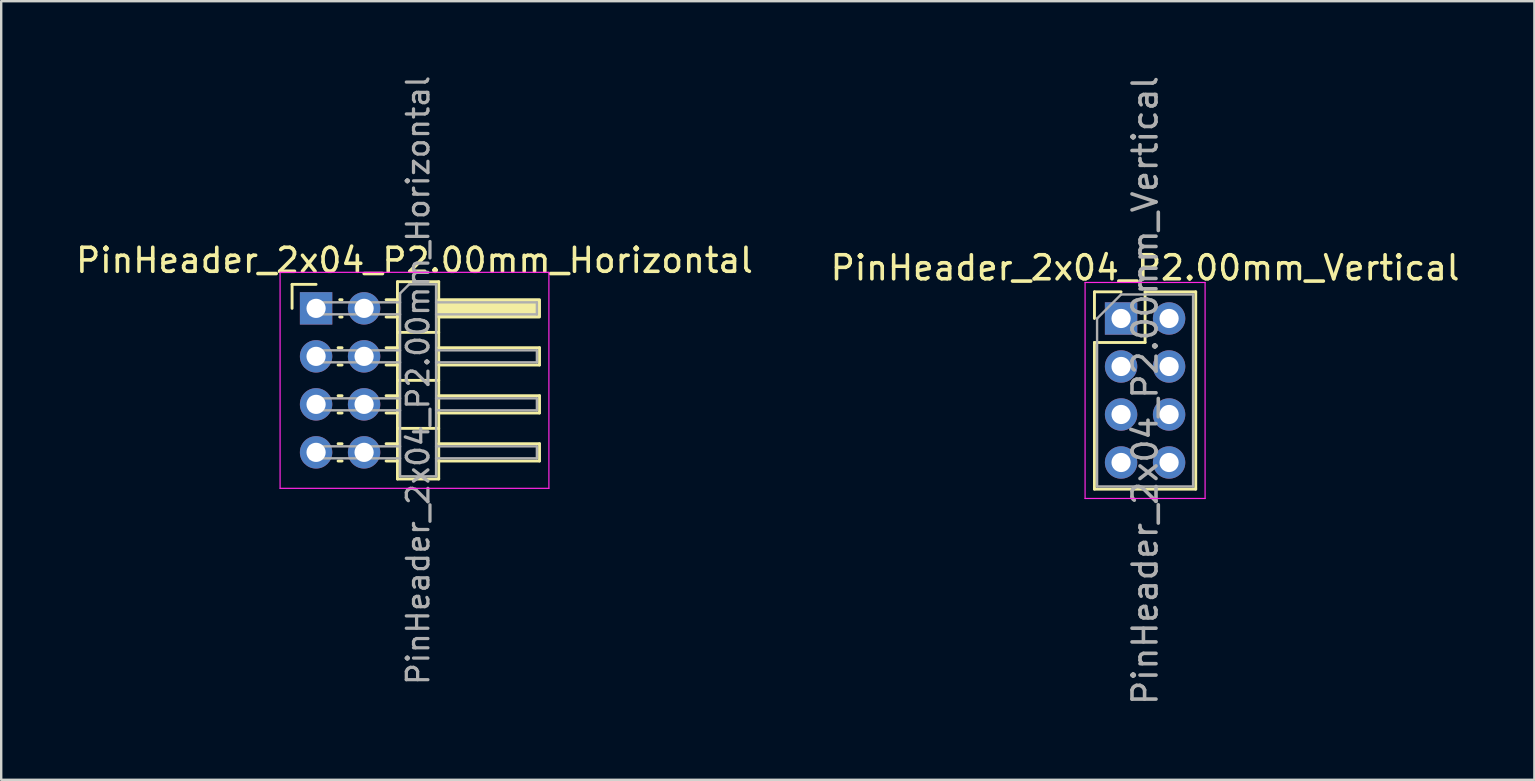
<source format=kicad_pcb>
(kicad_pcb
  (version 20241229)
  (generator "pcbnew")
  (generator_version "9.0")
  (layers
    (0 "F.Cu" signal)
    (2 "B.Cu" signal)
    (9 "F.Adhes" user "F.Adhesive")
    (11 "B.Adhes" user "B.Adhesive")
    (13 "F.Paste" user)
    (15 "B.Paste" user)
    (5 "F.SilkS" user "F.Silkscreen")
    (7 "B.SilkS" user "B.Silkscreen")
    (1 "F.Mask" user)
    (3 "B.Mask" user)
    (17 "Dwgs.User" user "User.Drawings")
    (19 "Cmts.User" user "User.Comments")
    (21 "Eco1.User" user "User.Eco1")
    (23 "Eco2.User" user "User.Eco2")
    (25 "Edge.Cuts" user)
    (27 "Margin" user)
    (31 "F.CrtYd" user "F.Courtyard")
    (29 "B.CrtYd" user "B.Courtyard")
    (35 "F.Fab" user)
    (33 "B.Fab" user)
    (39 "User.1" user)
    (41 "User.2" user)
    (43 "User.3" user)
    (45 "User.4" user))
  (footprint "PinHeader_2x04_P2.00mm_Vertical"
    (layer "F.Cu")
    (at 43.661 10.22)
    (property "Reference" "PinHeader_2x04_P2.00mm_Vertical" (at 1 -2.11 0) (layer "F.SilkS") (effects (font (size 1 1) (thickness 0.15))))
    (attr through_hole)
    (fp_line (start -1.11 -1.11) (end 0 -1.11) (stroke (width 0.12) (type solid)) (layer "F.SilkS"))
    (fp_line (start -1.11 0) (end -1.11 -1.11) (stroke (width 0.12) (type solid)) (layer "F.SilkS"))
    (fp_line (start -1.11 1) (end -1.11 7.11) (stroke (width 0.12) (type solid)) (layer "F.SilkS"))
    (fp_line (start -1.11 1) (end 1 1) (stroke (width 0.12) (type solid)) (layer "F.SilkS"))
    (fp_line (start -1.11 7.11) (end 3.11 7.11) (stroke (width 0.12) (type solid)) (layer "F.SilkS"))
    (fp_line (start 1 -1.11) (end 3.11 -1.11) (stroke (width 0.12) (type solid)) (layer "F.SilkS"))
    (fp_line (start 1 1) (end 1 -1.11) (stroke (width 0.12) (type solid)) (layer "F.SilkS"))
    (fp_line (start 3.11 -1.11) (end 3.11 7.11) (stroke (width 0.12) (type solid)) (layer "F.SilkS"))
    (fp_line (start -1.5 -1.5) (end -1.5 7.5) (stroke (width 0.05) (type solid)) (layer "F.CrtYd"))
    (fp_line (start -1.5 7.5) (end 3.5 7.5) (stroke (width 0.05) (type solid)) (layer "F.CrtYd"))
    (fp_line (start 3.5 -1.5) (end -1.5 -1.5) (stroke (width 0.05) (type solid)) (layer "F.CrtYd"))
    (fp_line (start 3.5 7.5) (end 3.5 -1.5) (stroke (width 0.05) (type solid)) (layer "F.CrtYd"))
    (fp_line (start -1 0) (end 0 -1) (stroke (width 0.1) (type solid)) (layer "F.Fab"))
    (fp_line (start -1 7) (end -1 0) (stroke (width 0.1) (type solid)) (layer "F.Fab"))
    (fp_line (start 0 -1) (end 3 -1) (stroke (width 0.1) (type solid)) (layer "F.Fab"))
    (fp_line (start 3 -1) (end 3 7) (stroke (width 0.1) (type solid)) (layer "F.Fab"))
    (fp_line (start 3 7) (end -1 7) (stroke (width 0.1) (type solid)) (layer "F.Fab"))
    (fp_text user "${REFERENCE}" (at 1 3 90) (layer "F.Fab") (effects (font (size 1 1) (thickness 0.15))))
    (pad "1" thru_hole rect (at 0 0) (size 1.35 1.35) (drill 0.8) (layers "*.Cu" "*.Mask"))
    (pad "2" thru_hole circle (at 2 0) (size 1.35 1.35) (drill 0.8) (layers "*.Cu" "*.Mask"))
    (pad "3" thru_hole circle (at 0 2) (size 1.35 1.35) (drill 0.8) (layers "*.Cu" "*.Mask"))
    (pad "4" thru_hole circle (at 2 2) (size 1.35 1.35) (drill 0.8) (layers "*.Cu" "*.Mask"))
    (pad "5" thru_hole circle (at 0 4) (size 1.35 1.35) (drill 0.8) (layers "*.Cu" "*.Mask"))
    (pad "6" thru_hole circle (at 2 4) (size 1.35 1.35) (drill 0.8) (layers "*.Cu" "*.Mask"))
    (pad "7" thru_hole circle (at 0 6) (size 1.35 1.35) (drill 0.8) (layers "*.Cu" "*.Mask"))
    (pad "8" thru_hole circle (at 2 6) (size 1.35 1.35) (drill 0.8) (layers "*.Cu" "*.Mask")))
  (footprint "PinHeader_2x04_P2.00mm_Horizontal"
    (layer "F.Cu")
    (at 10.12 9.798)
    (property "Reference" "PinHeader_2x04_P2.00mm_Horizontal" (at 4.1 -2 0) (layer "F.SilkS") (effects (font (size 1 1) (thickness 0.15))))
    (attr through_hole)
    (fp_line (start -1 -1) (end 0 -1) (stroke (width 0.12) (type solid)) (layer "F.SilkS"))
    (fp_line (start -1 0) (end -1 -1) (stroke (width 0.12) (type solid)) (layer "F.SilkS"))
    (fp_line (start 0.917 1.64) (end 1.083 1.64) (stroke (width 0.12) (type solid)) (layer "F.SilkS"))
    (fp_line (start 0.917 2.36) (end 1.083 2.36) (stroke (width 0.12) (type solid)) (layer "F.SilkS"))
    (fp_line (start 0.917 3.64) (end 1.083 3.64) (stroke (width 0.12) (type solid)) (layer "F.SilkS"))
    (fp_line (start 0.917 4.36) (end 1.083 4.36) (stroke (width 0.12) (type solid)) (layer "F.SilkS"))
    (fp_line (start 0.917 5.64) (end 1.083 5.64) (stroke (width 0.12) (type solid)) (layer "F.SilkS"))
    (fp_line (start 0.917 6.36) (end 1.083 6.36) (stroke (width 0.12) (type solid)) (layer "F.SilkS"))
    (fp_line (start 0.985 -0.36) (end 1.083 -0.36) (stroke (width 0.12) (type solid)) (layer "F.SilkS"))
    (fp_line (start 0.985 0.36) (end 1.083 0.36) (stroke (width 0.12) (type solid)) (layer "F.SilkS"))
    (fp_line (start 2.917 -0.36) (end 3.39 -0.36) (stroke (width 0.12) (type solid)) (layer "F.SilkS"))
    (fp_line (start 2.917 0.36) (end 3.39 0.36) (stroke (width 0.12) (type solid)) (layer "F.SilkS"))
    (fp_line (start 2.917 1.64) (end 3.39 1.64) (stroke (width 0.12) (type solid)) (layer "F.SilkS"))
    (fp_line (start 2.917 2.36) (end 3.39 2.36) (stroke (width 0.12) (type solid)) (layer "F.SilkS"))
    (fp_line (start 2.917 3.64) (end 3.39 3.64) (stroke (width 0.12) (type solid)) (layer "F.SilkS"))
    (fp_line (start 2.917 4.36) (end 3.39 4.36) (stroke (width 0.12) (type solid)) (layer "F.SilkS"))
    (fp_line (start 2.917 5.64) (end 3.39 5.64) (stroke (width 0.12) (type solid)) (layer "F.SilkS"))
    (fp_line (start 2.917 6.36) (end 3.39 6.36) (stroke (width 0.12) (type solid)) (layer "F.SilkS"))
    (fp_line (start 3.39 -1.11) (end 3.39 7.11) (stroke (width 0.12) (type solid)) (layer "F.SilkS"))
    (fp_line (start 3.39 1) (end 5.11 1) (stroke (width 0.12) (type solid)) (layer "F.SilkS"))
    (fp_line (start 3.39 3) (end 5.11 3) (stroke (width 0.12) (type solid)) (layer "F.SilkS"))
    (fp_line (start 3.39 5) (end 5.11 5) (stroke (width 0.12) (type solid)) (layer "F.SilkS"))
    (fp_line (start 3.39 7.11) (end 5.11 7.11) (stroke (width 0.12) (type solid)) (layer "F.SilkS"))
    (fp_line (start 5.11 -1.11) (end 3.39 -1.11) (stroke (width 0.12) (type solid)) (layer "F.SilkS"))
    (fp_line (start 5.11 1.64) (end 9.31 1.64) (stroke (width 0.12) (type solid)) (layer "F.SilkS"))
    (fp_line (start 5.11 3.64) (end 9.31 3.64) (stroke (width 0.12) (type solid)) (layer "F.SilkS"))
    (fp_line (start 5.11 5.64) (end 9.31 5.64) (stroke (width 0.12) (type solid)) (layer "F.SilkS"))
    (fp_line (start 5.11 7.11) (end 5.11 -1.11) (stroke (width 0.12) (type solid)) (layer "F.SilkS"))
    (fp_line (start 9.31 1.64) (end 9.31 2.36) (stroke (width 0.12) (type solid)) (layer "F.SilkS"))
    (fp_line (start 9.31 2.36) (end 5.11 2.36) (stroke (width 0.12) (type solid)) (layer "F.SilkS"))
    (fp_line (start 9.31 3.64) (end 9.31 4.36) (stroke (width 0.12) (type solid)) (layer "F.SilkS"))
    (fp_line (start 9.31 4.36) (end 5.11 4.36) (stroke (width 0.12) (type solid)) (layer "F.SilkS"))
    (fp_line (start 9.31 5.64) (end 9.31 6.36) (stroke (width 0.12) (type solid)) (layer "F.SilkS"))
    (fp_line (start 9.31 6.36) (end 5.11 6.36) (stroke (width 0.12) (type solid)) (layer "F.SilkS"))
    (fp_rect (start 5.11 -0.36) (end 9.31 0.36) (stroke (width 0.12) (type solid)) (fill yes) (layer "F.SilkS"))
    (fp_line (start -1.5 -1.5) (end -1.5 7.5) (stroke (width 0.05) (type solid)) (layer "F.CrtYd"))
    (fp_line (start -1.5 7.5) (end 9.7 7.5) (stroke (width 0.05) (type solid)) (layer "F.CrtYd"))
    (fp_line (start 9.7 -1.5) (end -1.5 -1.5) (stroke (width 0.05) (type solid)) (layer "F.CrtYd"))
    (fp_line (start 9.7 7.5) (end 9.7 -1.5) (stroke (width 0.05) (type solid)) (layer "F.CrtYd"))
    (fp_line (start -0.25 -0.25) (end -0.25 0.25) (stroke (width 0.1) (type solid)) (layer "F.Fab"))
    (fp_line (start -0.25 -0.25) (end 3.5 -0.25) (stroke (width 0.1) (type solid)) (layer "F.Fab"))
    (fp_line (start -0.25 0.25) (end 3.5 0.25) (stroke (width 0.1) (type solid)) (layer "F.Fab"))
    (fp_line (start -0.25 1.75) (end -0.25 2.25) (stroke (width 0.1) (type solid)) (layer "F.Fab"))
    (fp_line (start -0.25 1.75) (end 3.5 1.75) (stroke (width 0.1) (type solid)) (layer "F.Fab"))
    (fp_line (start -0.25 2.25) (end 3.5 2.25) (stroke (width 0.1) (type solid)) (layer "F.Fab"))
    (fp_line (start -0.25 3.75) (end -0.25 4.25) (stroke (width 0.1) (type solid)) (layer "F.Fab"))
    (fp_line (start -0.25 3.75) (end 3.5 3.75) (stroke (width 0.1) (type solid)) (layer "F.Fab"))
    (fp_line (start -0.25 4.25) (end 3.5 4.25) (stroke (width 0.1) (type solid)) (layer "F.Fab"))
    (fp_line (start -0.25 5.75) (end -0.25 6.25) (stroke (width 0.1) (type solid)) (layer "F.Fab"))
    (fp_line (start -0.25 5.75) (end 3.5 5.75) (stroke (width 0.1) (type solid)) (layer "F.Fab"))
    (fp_line (start -0.25 6.25) (end 3.5 6.25) (stroke (width 0.1) (type solid)) (layer "F.Fab"))
    (fp_line (start 3.5 -0.625) (end 3.875 -1) (stroke (width 0.1) (type solid)) (layer "F.Fab"))
    (fp_line (start 3.5 7) (end 3.5 -0.625) (stroke (width 0.1) (type solid)) (layer "F.Fab"))
    (fp_line (start 3.875 -1) (end 5 -1) (stroke (width 0.1) (type solid)) (layer "F.Fab"))
    (fp_line (start 5 -1) (end 5 7) (stroke (width 0.1) (type solid)) (layer "F.Fab"))
    (fp_line (start 5 -0.25) (end 9.2 -0.25) (stroke (width 0.1) (type solid)) (layer "F.Fab"))
    (fp_line (start 5 0.25) (end 9.2 0.25) (stroke (width 0.1) (type solid)) (layer "F.Fab"))
    (fp_line (start 5 1.75) (end 9.2 1.75) (stroke (width 0.1) (type solid)) (layer "F.Fab"))
    (fp_line (start 5 2.25) (end 9.2 2.25) (stroke (width 0.1) (type solid)) (layer "F.Fab"))
    (fp_line (start 5 3.75) (end 9.2 3.75) (stroke (width 0.1) (type solid)) (layer "F.Fab"))
    (fp_line (start 5 4.25) (end 9.2 4.25) (stroke (width 0.1) (type solid)) (layer "F.Fab"))
    (fp_line (start 5 5.75) (end 9.2 5.75) (stroke (width 0.1) (type solid)) (layer "F.Fab"))
    (fp_line (start 5 6.25) (end 9.2 6.25) (stroke (width 0.1) (type solid)) (layer "F.Fab"))
    (fp_line (start 5 7) (end 3.5 7) (stroke (width 0.1) (type solid)) (layer "F.Fab"))
    (fp_line (start 9.2 -0.25) (end 9.2 0.25) (stroke (width 0.1) (type solid)) (layer "F.Fab"))
    (fp_line (start 9.2 1.75) (end 9.2 2.25) (stroke (width 0.1) (type solid)) (layer "F.Fab"))
    (fp_line (start 9.2 3.75) (end 9.2 4.25) (stroke (width 0.1) (type solid)) (layer "F.Fab"))
    (fp_line (start 9.2 5.75) (end 9.2 6.25) (stroke (width 0.1) (type solid)) (layer "F.Fab"))
    (fp_text user "${REFERENCE}" (at 4.25 3 90) (layer "F.Fab") (effects (font (size 0.9 0.9) (thickness 0.135))))
    (pad "1" thru_hole rect (at 0 0) (size 1.35 1.35) (drill 0.8) (layers "*.Cu" "*.Mask"))
    (pad "2" thru_hole circle (at 2 0) (size 1.35 1.35) (drill 0.8) (layers "*.Cu" "*.Mask"))
    (pad "3" thru_hole circle (at 0 2) (size 1.35 1.35) (drill 0.8) (layers "*.Cu" "*.Mask"))
    (pad "4" thru_hole circle (at 2 2) (size 1.35 1.35) (drill 0.8) (layers "*.Cu" "*.Mask"))
    (pad "5" thru_hole circle (at 0 4) (size 1.35 1.35) (drill 0.8) (layers "*.Cu" "*.Mask"))
    (pad "6" thru_hole circle (at 2 4) (size 1.35 1.35) (drill 0.8) (layers "*.Cu" "*.Mask"))
    (pad "7" thru_hole circle (at 0 6) (size 1.35 1.35) (drill 0.8) (layers "*.Cu" "*.Mask"))
    (pad "8" thru_hole circle (at 2 6) (size 1.35 1.35) (drill 0.8) (layers "*.Cu" "*.Mask")))
  (gr_rect
    (start -3 -3)
    (end 60.881 29.44)
    (stroke (width 0.1) (type default))
    (fill no)
    (layer "Edge.Cuts")))
</source>
